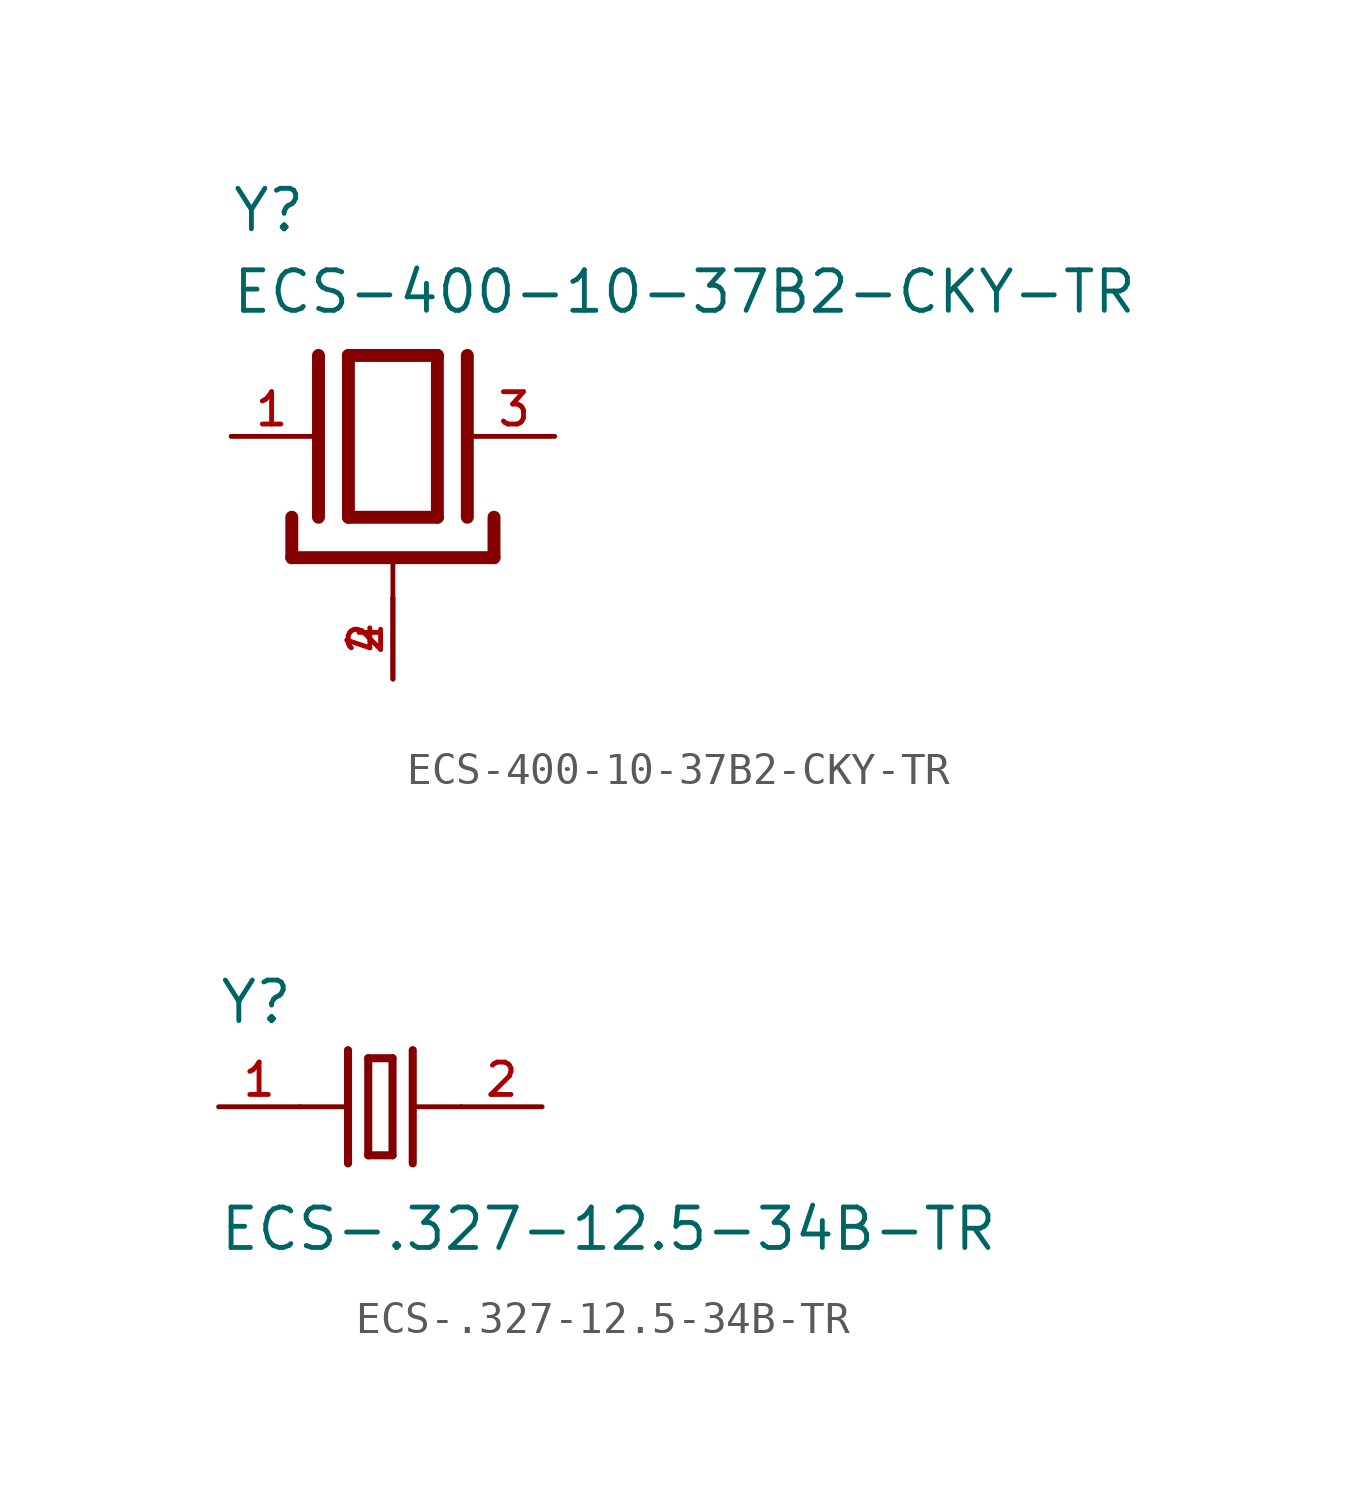
<source format=kicad_sym>
(kicad_symbol_lib
  (version 20241209)
  (generator "kicad_symbol_editor")
  (generator_version "9.0")
  (symbol "ECS-400-10-37B2-CKY-TR"
    (pin_names
      (offset 1.016))
    (property "Reference" "Y"
      (at -5.088 6.356 0)
      (effects (font (size 1.27 1.27)) (justify left bottom)))
    (property "Value" "ECS-400-10-37B2-CKY-TR"
      (at -5.094 3.796 0)
      (effects (font (size 1.27 1.27)) (justify left bottom)))
    (symbol "ECS-400-10-37B2-CKY-TR_0_0"
      (polyline (pts (xy -3.175 -2.54) (xy -3.175 -3.81)) (stroke (width 0.406) (type default)) (fill (type none)))
      (polyline (pts (xy -3.175 -3.81) (xy 3.175 -3.81)) (stroke (width 0.406) (type default)) (fill (type none)))
      (polyline (pts (xy -2.337 2.54) (xy -2.337 -2.54)) (stroke (width 0.406) (type default)) (fill (type none)))
      (polyline (pts (xy -1.397 2.54) (xy -1.397 -2.54)) (stroke (width 0.406) (type default)) (fill (type none)))
      (polyline (pts (xy -1.397 2.54) (xy 1.397 2.54)) (stroke (width 0.406) (type default)) (fill (type none)))
      (polyline (pts (xy 0 -5.08) (xy 0 -3.81)) (stroke (width 0.152) (type default)) (fill (type none)))
      (polyline (pts (xy 1.397 2.54) (xy 1.397 -2.54)) (stroke (width 0.406) (type default)) (fill (type none)))
      (polyline (pts (xy 1.397 -2.54) (xy -1.397 -2.54)) (stroke (width 0.406) (type default)) (fill (type none)))
      (polyline (pts (xy 2.337 2.54) (xy 2.337 -2.54)) (stroke (width 0.406) (type default)) (fill (type none)))
      (polyline (pts (xy 3.175 -3.81) (xy 3.175 -2.54)) (stroke (width 0.406) (type default)) (fill (type none)))
      (pin passive line (at -5.08 0 0) (length 2.54) (name "~" (effects (font (size 1.016 1.016)))) (number "1" (effects (font (size 1.016 1.016)))))
      (pin power_in line (at 0 -7.62 90) (length 2.54) (name "~" (effects (font (size 1.016 1.016)))) (number "2" (effects (font (size 1.016 1.016)))))
      (pin power_in line (at 0 -7.62 90) (length 2.54) (name "~" (effects (font (size 1.016 1.016)))) (number "4" (effects (font (size 1.016 1.016)))))
      (pin passive line (at 5.08 0 180) (length 2.54) (name "~" (effects (font (size 1.016 1.016)))) (number "3" (effects (font (size 1.016 1.016)))))))
  (symbol "ECS-.327-12.5-34B-TR"
    (pin_names
      (offset 1.016))
    (property "Reference" "Y"
      (at -5.09 2.545 0)
      (effects (font (size 1.27 1.27)) (justify left bottom)))
    (property "Value" "ECS-.327-12.5-34B-TR"
      (at -5.091 -4.582 0)
      (effects (font (size 1.27 1.27)) (justify left bottom)))
    (symbol "ECS-.327-12.5-34B-TR_0_0"
      (polyline (pts (xy -2.54 0) (xy -1.016 0)) (stroke (width 0.152) (type default)) (fill (type none)))
      (polyline (pts (xy -1.016 1.778) (xy -1.016 -1.778)) (stroke (width 0.254) (type default)) (fill (type none)))
      (polyline (pts (xy -0.381 1.524) (xy -0.381 -1.524)) (stroke (width 0.254) (type default)) (fill (type none)))
      (polyline (pts (xy -0.381 -1.524) (xy 0.381 -1.524)) (stroke (width 0.254) (type default)) (fill (type none)))
      (polyline (pts (xy 0.381 1.524) (xy -0.381 1.524)) (stroke (width 0.254) (type default)) (fill (type none)))
      (polyline (pts (xy 0.381 -1.524) (xy 0.381 1.524)) (stroke (width 0.254) (type default)) (fill (type none)))
      (polyline (pts (xy 1.016 1.778) (xy 1.016 -1.778)) (stroke (width 0.254) (type default)) (fill (type none)))
      (polyline (pts (xy 1.016 0) (xy 2.54 0)) (stroke (width 0.152) (type default)) (fill (type none)))
      (pin passive line (at -5.08 0 0) (length 2.54) (name "~" (effects (font (size 1.016 1.016)))) (number "1" (effects (font (size 1.016 1.016)))))
      (pin passive line (at 5.08 0 180) (length 2.54) (name "~" (effects (font (size 1.016 1.016)))) (number "2" (effects (font (size 1.016 1.016))))))))
</source>
